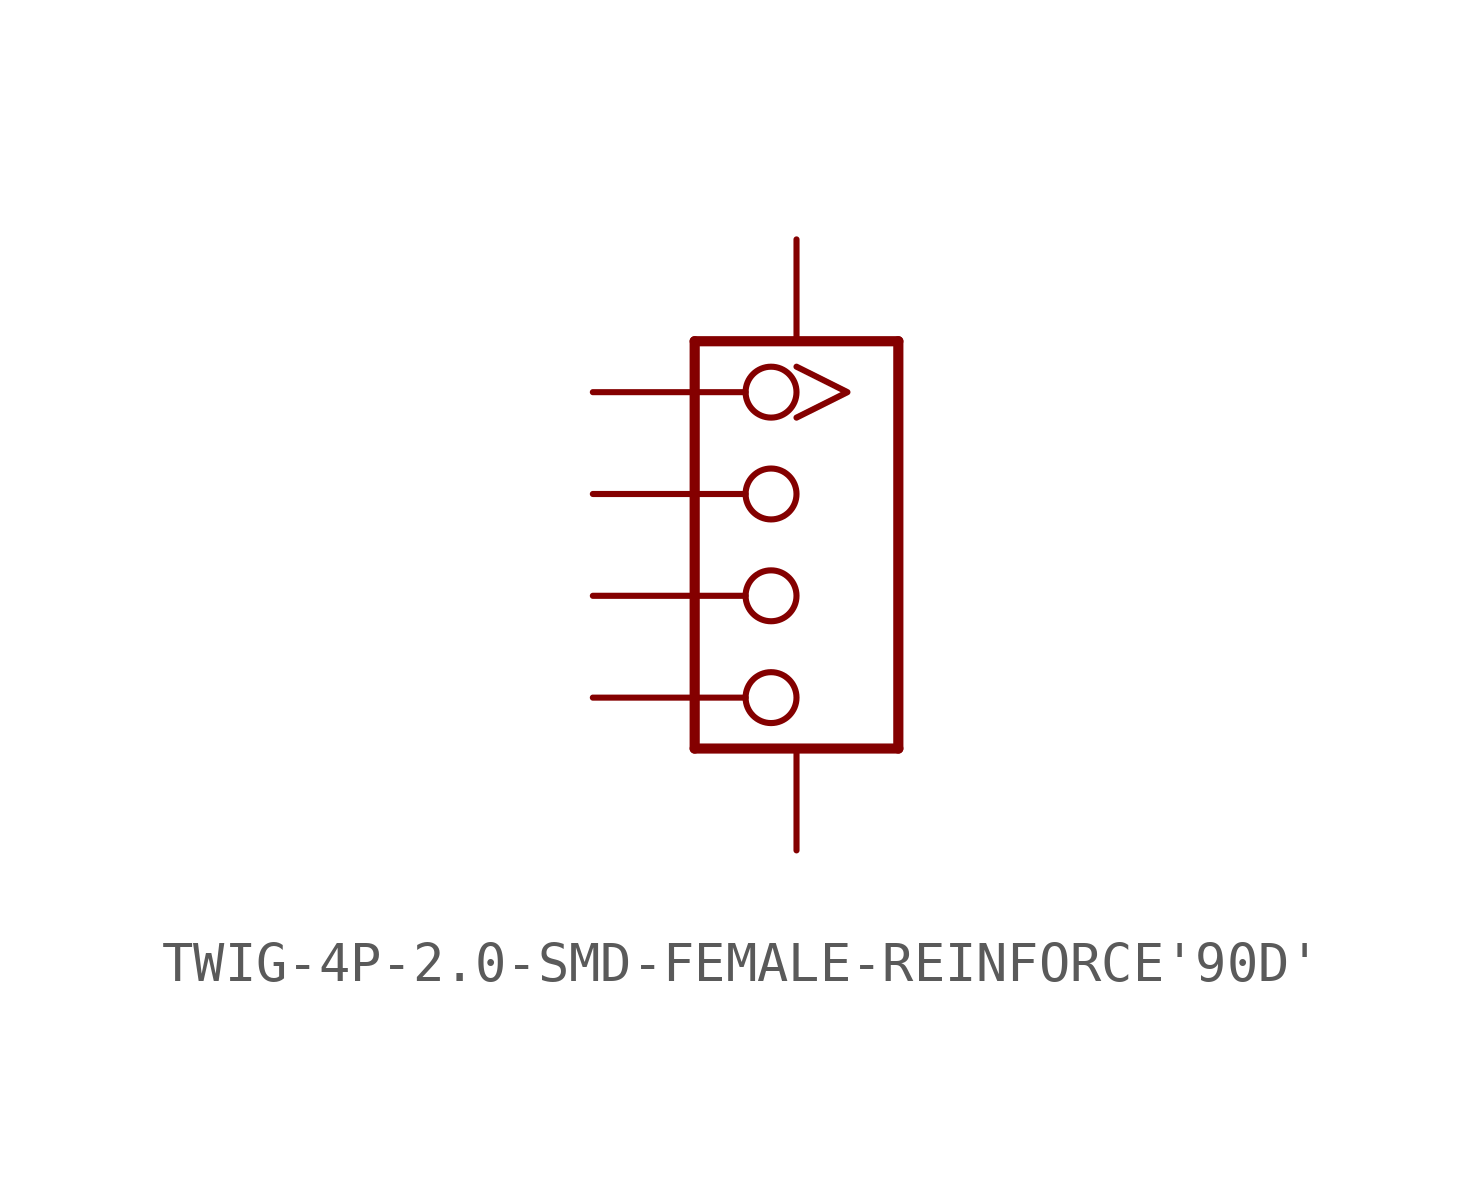
<source format=kicad_sym>
(kicad_symbol_lib
  (version 20220914)
  (generator kicad_symbol_editor)
  (symbol "TWIG-4P-2.0-SMD-FEMALE-REINFORCE'90D'"
    (property "Reference" "J"
      (at -2.54 5.08 0)
      (effects (font (size 1.27 1.079)) (justify left bottom) hide))
    (property "ki_locked" ""
      (at 0 0 0)
      (effects (font (size 1.27 1.27))))
    (symbol "TWIG-4P-2.0-SMD-FEMALE-REINFORCE'90D'_1_0"
      (polyline (pts (xy -2.54 -5.08) (xy -2.54 5.08)) (stroke (width 0.254) (type solid)) (fill (type none)))
      (polyline (pts (xy -2.54 5.08) (xy 2.54 5.08)) (stroke (width 0.254) (type solid)) (fill (type none)))
      (polyline (pts (xy 2.54 -5.08) (xy -2.54 -5.08)) (stroke (width 0.254) (type solid)) (fill (type none)))
      (polyline (pts (xy 2.54 5.08) (xy 2.54 -5.08)) (stroke (width 0.254) (type solid)) (fill (type none)))
      (pin bidirectional inverted_clock (at -5.08 3.81 0) (length 5.08) (name "1" (effects (font (size 0 0)))) (number "1" (effects (font (size 0 0)))))
      (pin bidirectional inverted (at -5.08 1.27 0) (length 5.08) (name "2" (effects (font (size 0 0)))) (number "2" (effects (font (size 0 0)))))
      (pin bidirectional inverted (at -5.08 -1.27 0) (length 5.08) (name "3" (effects (font (size 0 0)))) (number "3" (effects (font (size 0 0)))))
      (pin bidirectional inverted (at -5.08 -3.81 0) (length 5.08) (name "4" (effects (font (size 0 0)))) (number "4" (effects (font (size 0 0)))))
      (pin bidirectional line (at 0 7.62 270) (length 2.54) (name "SS1" (effects (font (size 0 0)))) (number "SS1" (effects (font (size 0 0)))))
      (pin bidirectional line (at 0 -7.62 90) (length 2.54) (name "SS2" (effects (font (size 0 0)))) (number "SS2" (effects (font (size 0 0))))))))
</source>
